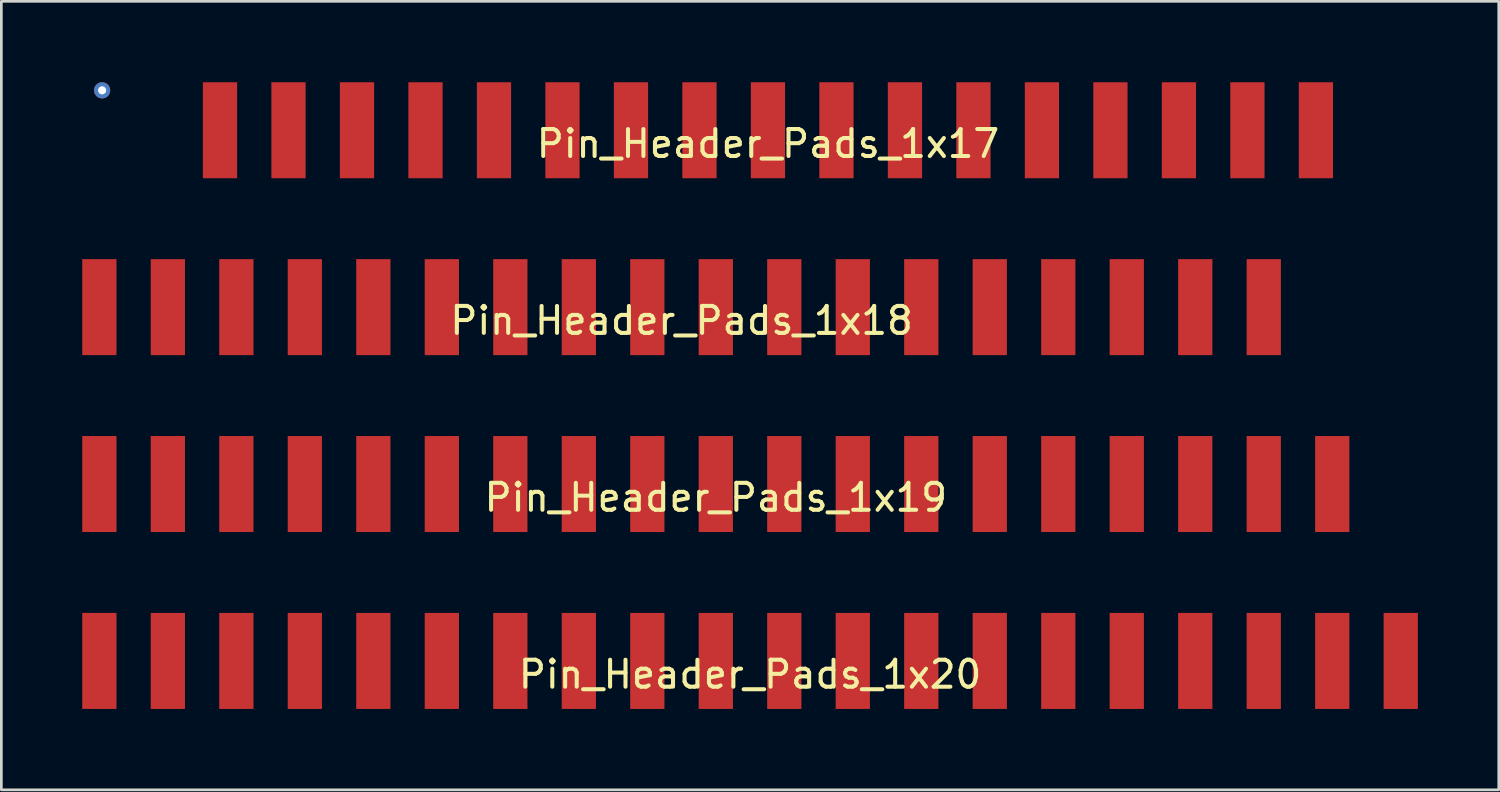
<source format=kicad_pcb>
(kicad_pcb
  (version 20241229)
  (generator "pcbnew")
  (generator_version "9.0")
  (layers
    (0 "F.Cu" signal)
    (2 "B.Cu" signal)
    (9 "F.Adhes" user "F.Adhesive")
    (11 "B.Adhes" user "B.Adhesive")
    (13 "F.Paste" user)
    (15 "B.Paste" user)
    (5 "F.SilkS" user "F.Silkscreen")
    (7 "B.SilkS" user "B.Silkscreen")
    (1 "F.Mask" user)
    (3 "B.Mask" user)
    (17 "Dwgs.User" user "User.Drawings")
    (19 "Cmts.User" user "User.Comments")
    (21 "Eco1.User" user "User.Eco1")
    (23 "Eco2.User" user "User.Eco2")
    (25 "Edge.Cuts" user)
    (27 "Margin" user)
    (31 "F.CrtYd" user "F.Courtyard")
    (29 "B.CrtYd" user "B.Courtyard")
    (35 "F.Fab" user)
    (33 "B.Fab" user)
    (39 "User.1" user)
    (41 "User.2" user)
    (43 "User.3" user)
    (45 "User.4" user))
  (footprint "Pin_Header_Pads_1x18"
    (layer "F.Cu")
    (at 22.225 8.34)
    (property "Reference" "Pin_Header_Pads_1x18" (at 0 0.5 0) (layer "F.SilkS") (effects (font (size 1 1) (thickness 0.15))))
    (attr through_hole)
    (pad "1" smd rect (at -21.59 0) (size 1.27 3.56) (layers "F.Cu" "F.Mask" "F.Paste"))
    (pad "2" smd rect (at -19.05 0) (size 1.27 3.56) (layers "F.Cu" "F.Mask" "F.Paste"))
    (pad "3" smd rect (at -16.51 0) (size 1.27 3.56) (layers "F.Cu" "F.Mask" "F.Paste"))
    (pad "4" smd rect (at -13.97 0) (size 1.27 3.56) (layers "F.Cu" "F.Mask" "F.Paste"))
    (pad "5" smd rect (at -11.43 0) (size 1.27 3.56) (layers "F.Cu" "F.Mask" "F.Paste"))
    (pad "6" smd rect (at -8.89 0) (size 1.27 3.56) (layers "F.Cu" "F.Mask" "F.Paste"))
    (pad "7" smd rect (at -6.35 0) (size 1.27 3.56) (layers "F.Cu" "F.Mask" "F.Paste"))
    (pad "8" smd rect (at -3.81 0) (size 1.27 3.56) (layers "F.Cu" "F.Mask" "F.Paste"))
    (pad "9" smd rect (at -1.27 0) (size 1.27 3.56) (layers "F.Cu" "F.Mask" "F.Paste"))
    (pad "10" smd rect (at 1.27 0) (size 1.27 3.56) (layers "F.Cu" "F.Mask" "F.Paste"))
    (pad "11" smd rect (at 3.81 0) (size 1.27 3.56) (layers "F.Cu" "F.Mask" "F.Paste"))
    (pad "12" smd rect (at 6.35 0) (size 1.27 3.56) (layers "F.Cu" "F.Mask" "F.Paste"))
    (pad "13" smd rect (at 8.89 0) (size 1.27 3.56) (layers "F.Cu" "F.Mask" "F.Paste"))
    (pad "14" smd rect (at 11.43 0) (size 1.27 3.56) (layers "F.Cu" "F.Mask" "F.Paste"))
    (pad "15" smd rect (at 13.97 0) (size 1.27 3.56) (layers "F.Cu" "F.Mask" "F.Paste"))
    (pad "16" smd rect (at 16.51 0) (size 1.27 3.56) (layers "F.Cu" "F.Mask" "F.Paste"))
    (pad "17" smd rect (at 19.05 0) (size 1.27 3.56) (layers "F.Cu" "F.Mask" "F.Paste"))
    (pad "18" smd rect (at 21.59 0) (size 1.27 3.56) (layers "F.Cu" "F.Mask" "F.Paste")))
  (footprint "Pin_Header_Pads_1x17"
    (layer "F.Cu")
    (at 25.429 1.78)
    (property "Reference" "Pin_Header_Pads_1x17" (at 0 0.5 0) (layer "F.SilkS") (effects (font (size 1 1) (thickness 0.15))))
    (attr through_hole)
    (pad "1" smd rect (at -20.32 0) (size 1.27 3.56) (layers "F.Cu" "F.Mask" "F.Paste"))
    (pad "2" smd rect (at -17.78 0) (size 1.27 3.56) (layers "F.Cu" "F.Mask" "F.Paste"))
    (pad "3" smd rect (at -15.24 0) (size 1.27 3.56) (layers "F.Cu" "F.Mask" "F.Paste"))
    (pad "4" smd rect (at -12.7 0) (size 1.27 3.56) (layers "F.Cu" "F.Mask" "F.Paste"))
    (pad "5" smd rect (at -10.16 0) (size 1.27 3.56) (layers "F.Cu" "F.Mask" "F.Paste"))
    (pad "6" smd rect (at -7.62 0) (size 1.27 3.56) (layers "F.Cu" "F.Mask" "F.Paste"))
    (pad "7" smd rect (at -5.08 0) (size 1.27 3.56) (layers "F.Cu" "F.Mask" "F.Paste"))
    (pad "8" smd rect (at -2.54 0) (size 1.27 3.56) (layers "F.Cu" "F.Mask" "F.Paste"))
    (pad "9" smd rect (at 0 0) (size 1.27 3.56) (layers "F.Cu" "F.Mask" "F.Paste"))
    (pad "10" smd rect (at 2.54 0) (size 1.27 3.56) (layers "F.Cu" "F.Mask" "F.Paste"))
    (pad "11" smd rect (at 5.08 0) (size 1.27 3.56) (layers "F.Cu" "F.Mask" "F.Paste"))
    (pad "12" smd rect (at 7.62 0) (size 1.27 3.56) (layers "F.Cu" "F.Mask" "F.Paste"))
    (pad "13" smd rect (at 10.16 0) (size 1.27 3.56) (layers "F.Cu" "F.Mask" "F.Paste"))
    (pad "14" smd rect (at 12.7 0) (size 1.27 3.56) (layers "F.Cu" "F.Mask" "F.Paste"))
    (pad "15" smd rect (at 15.24 0) (size 1.27 3.56) (layers "F.Cu" "F.Mask" "F.Paste"))
    (pad "16" smd rect (at 17.78 0) (size 1.27 3.56) (layers "F.Cu" "F.Mask" "F.Paste"))
    (pad "17" smd rect (at 20.32 0) (size 1.27 3.56) (layers "F.Cu" "F.Mask" "F.Paste")))
  (footprint "GND_VIA_0.6mm"
    (layer "F.Cu")
    (at 0.737 0.3)
    (property "Reference" "GND_VIA_0.6mm" (at 0 0.43 0) (layer "F.SilkS") (effects (font (size 0.127 0.127) (thickness 0.00001))))
    (attr through_hole)
    (pad "1" thru_hole circle (at 0 0) (size 0.6 0.6) (drill 0.3) (layers "*.Cu")))
  (footprint "Pin_Header_Pads_1x20"
    (layer "F.Cu")
    (at 24.765 21.46)
    (property "Reference" "Pin_Header_Pads_1x20" (at 0 0.5 0) (layer "F.SilkS") (effects (font (size 1 1) (thickness 0.15))))
    (attr through_hole)
    (pad "1" smd rect (at -24.13 0) (size 1.27 3.56) (layers "F.Cu" "F.Mask" "F.Paste"))
    (pad "2" smd rect (at -21.59 0) (size 1.27 3.56) (layers "F.Cu" "F.Mask" "F.Paste"))
    (pad "3" smd rect (at -19.05 0) (size 1.27 3.56) (layers "F.Cu" "F.Mask" "F.Paste"))
    (pad "4" smd rect (at -16.51 0) (size 1.27 3.56) (layers "F.Cu" "F.Mask" "F.Paste"))
    (pad "5" smd rect (at -13.97 0) (size 1.27 3.56) (layers "F.Cu" "F.Mask" "F.Paste"))
    (pad "6" smd rect (at -11.43 0) (size 1.27 3.56) (layers "F.Cu" "F.Mask" "F.Paste"))
    (pad "7" smd rect (at -8.89 0) (size 1.27 3.56) (layers "F.Cu" "F.Mask" "F.Paste"))
    (pad "8" smd rect (at -6.35 0) (size 1.27 3.56) (layers "F.Cu" "F.Mask" "F.Paste"))
    (pad "9" smd rect (at -3.81 0) (size 1.27 3.56) (layers "F.Cu" "F.Mask" "F.Paste"))
    (pad "10" smd rect (at -1.27 0) (size 1.27 3.56) (layers "F.Cu" "F.Mask" "F.Paste"))
    (pad "11" smd rect (at 1.27 0) (size 1.27 3.56) (layers "F.Cu" "F.Mask" "F.Paste"))
    (pad "12" smd rect (at 3.81 0) (size 1.27 3.56) (layers "F.Cu" "F.Mask" "F.Paste"))
    (pad "13" smd rect (at 6.35 0) (size 1.27 3.56) (layers "F.Cu" "F.Mask" "F.Paste"))
    (pad "14" smd rect (at 8.89 0) (size 1.27 3.56) (layers "F.Cu" "F.Mask" "F.Paste"))
    (pad "15" smd rect (at 11.43 0) (size 1.27 3.56) (layers "F.Cu" "F.Mask" "F.Paste"))
    (pad "16" smd rect (at 13.97 0) (size 1.27 3.56) (layers "F.Cu" "F.Mask" "F.Paste"))
    (pad "17" smd rect (at 16.51 0) (size 1.27 3.56) (layers "F.Cu" "F.Mask" "F.Paste"))
    (pad "18" smd rect (at 19.05 0) (size 1.27 3.56) (layers "F.Cu" "F.Mask" "F.Paste"))
    (pad "19" smd rect (at 21.59 0) (size 1.27 3.56) (layers "F.Cu" "F.Mask" "F.Paste"))
    (pad "20" smd rect (at 24.13 0) (size 1.27 3.56) (layers "F.Cu" "F.Mask" "F.Paste")))
  (footprint "Pin_Header_Pads_1x19"
    (layer "F.Cu")
    (at 23.495 14.9)
    (property "Reference" "Pin_Header_Pads_1x19" (at 0 0.5 0) (layer "F.SilkS") (effects (font (size 1 1) (thickness 0.15))))
    (attr through_hole)
    (pad "1" smd rect (at -22.86 0) (size 1.27 3.56) (layers "F.Cu" "F.Mask" "F.Paste"))
    (pad "2" smd rect (at -20.32 0) (size 1.27 3.56) (layers "F.Cu" "F.Mask" "F.Paste"))
    (pad "3" smd rect (at -17.78 0) (size 1.27 3.56) (layers "F.Cu" "F.Mask" "F.Paste"))
    (pad "4" smd rect (at -15.24 0) (size 1.27 3.56) (layers "F.Cu" "F.Mask" "F.Paste"))
    (pad "5" smd rect (at -12.7 0) (size 1.27 3.56) (layers "F.Cu" "F.Mask" "F.Paste"))
    (pad "6" smd rect (at -10.16 0) (size 1.27 3.56) (layers "F.Cu" "F.Mask" "F.Paste"))
    (pad "7" smd rect (at -7.62 0) (size 1.27 3.56) (layers "F.Cu" "F.Mask" "F.Paste"))
    (pad "8" smd rect (at -5.08 0) (size 1.27 3.56) (layers "F.Cu" "F.Mask" "F.Paste"))
    (pad "9" smd rect (at -2.54 0) (size 1.27 3.56) (layers "F.Cu" "F.Mask" "F.Paste"))
    (pad "10" smd rect (at 0 0) (size 1.27 3.56) (layers "F.Cu" "F.Mask" "F.Paste"))
    (pad "11" smd rect (at 2.54 0) (size 1.27 3.56) (layers "F.Cu" "F.Mask" "F.Paste"))
    (pad "12" smd rect (at 5.08 0) (size 1.27 3.56) (layers "F.Cu" "F.Mask" "F.Paste"))
    (pad "13" smd rect (at 7.62 0) (size 1.27 3.56) (layers "F.Cu" "F.Mask" "F.Paste"))
    (pad "14" smd rect (at 10.16 0) (size 1.27 3.56) (layers "F.Cu" "F.Mask" "F.Paste"))
    (pad "15" smd rect (at 12.7 0) (size 1.27 3.56) (layers "F.Cu" "F.Mask" "F.Paste"))
    (pad "16" smd rect (at 15.24 0) (size 1.27 3.56) (layers "F.Cu" "F.Mask" "F.Paste"))
    (pad "17" smd rect (at 17.78 0) (size 1.27 3.56) (layers "F.Cu" "F.Mask" "F.Paste"))
    (pad "18" smd rect (at 20.32 0) (size 1.27 3.56) (layers "F.Cu" "F.Mask" "F.Paste"))
    (pad "19" smd rect (at 22.86 0) (size 1.27 3.56) (layers "F.Cu" "F.Mask" "F.Paste")))
  (gr_rect
    (start -3 -3)
    (end 52.53 26.24)
    (stroke (width 0.1) (type default))
    (fill no)
    (layer "Edge.Cuts")))
</source>
